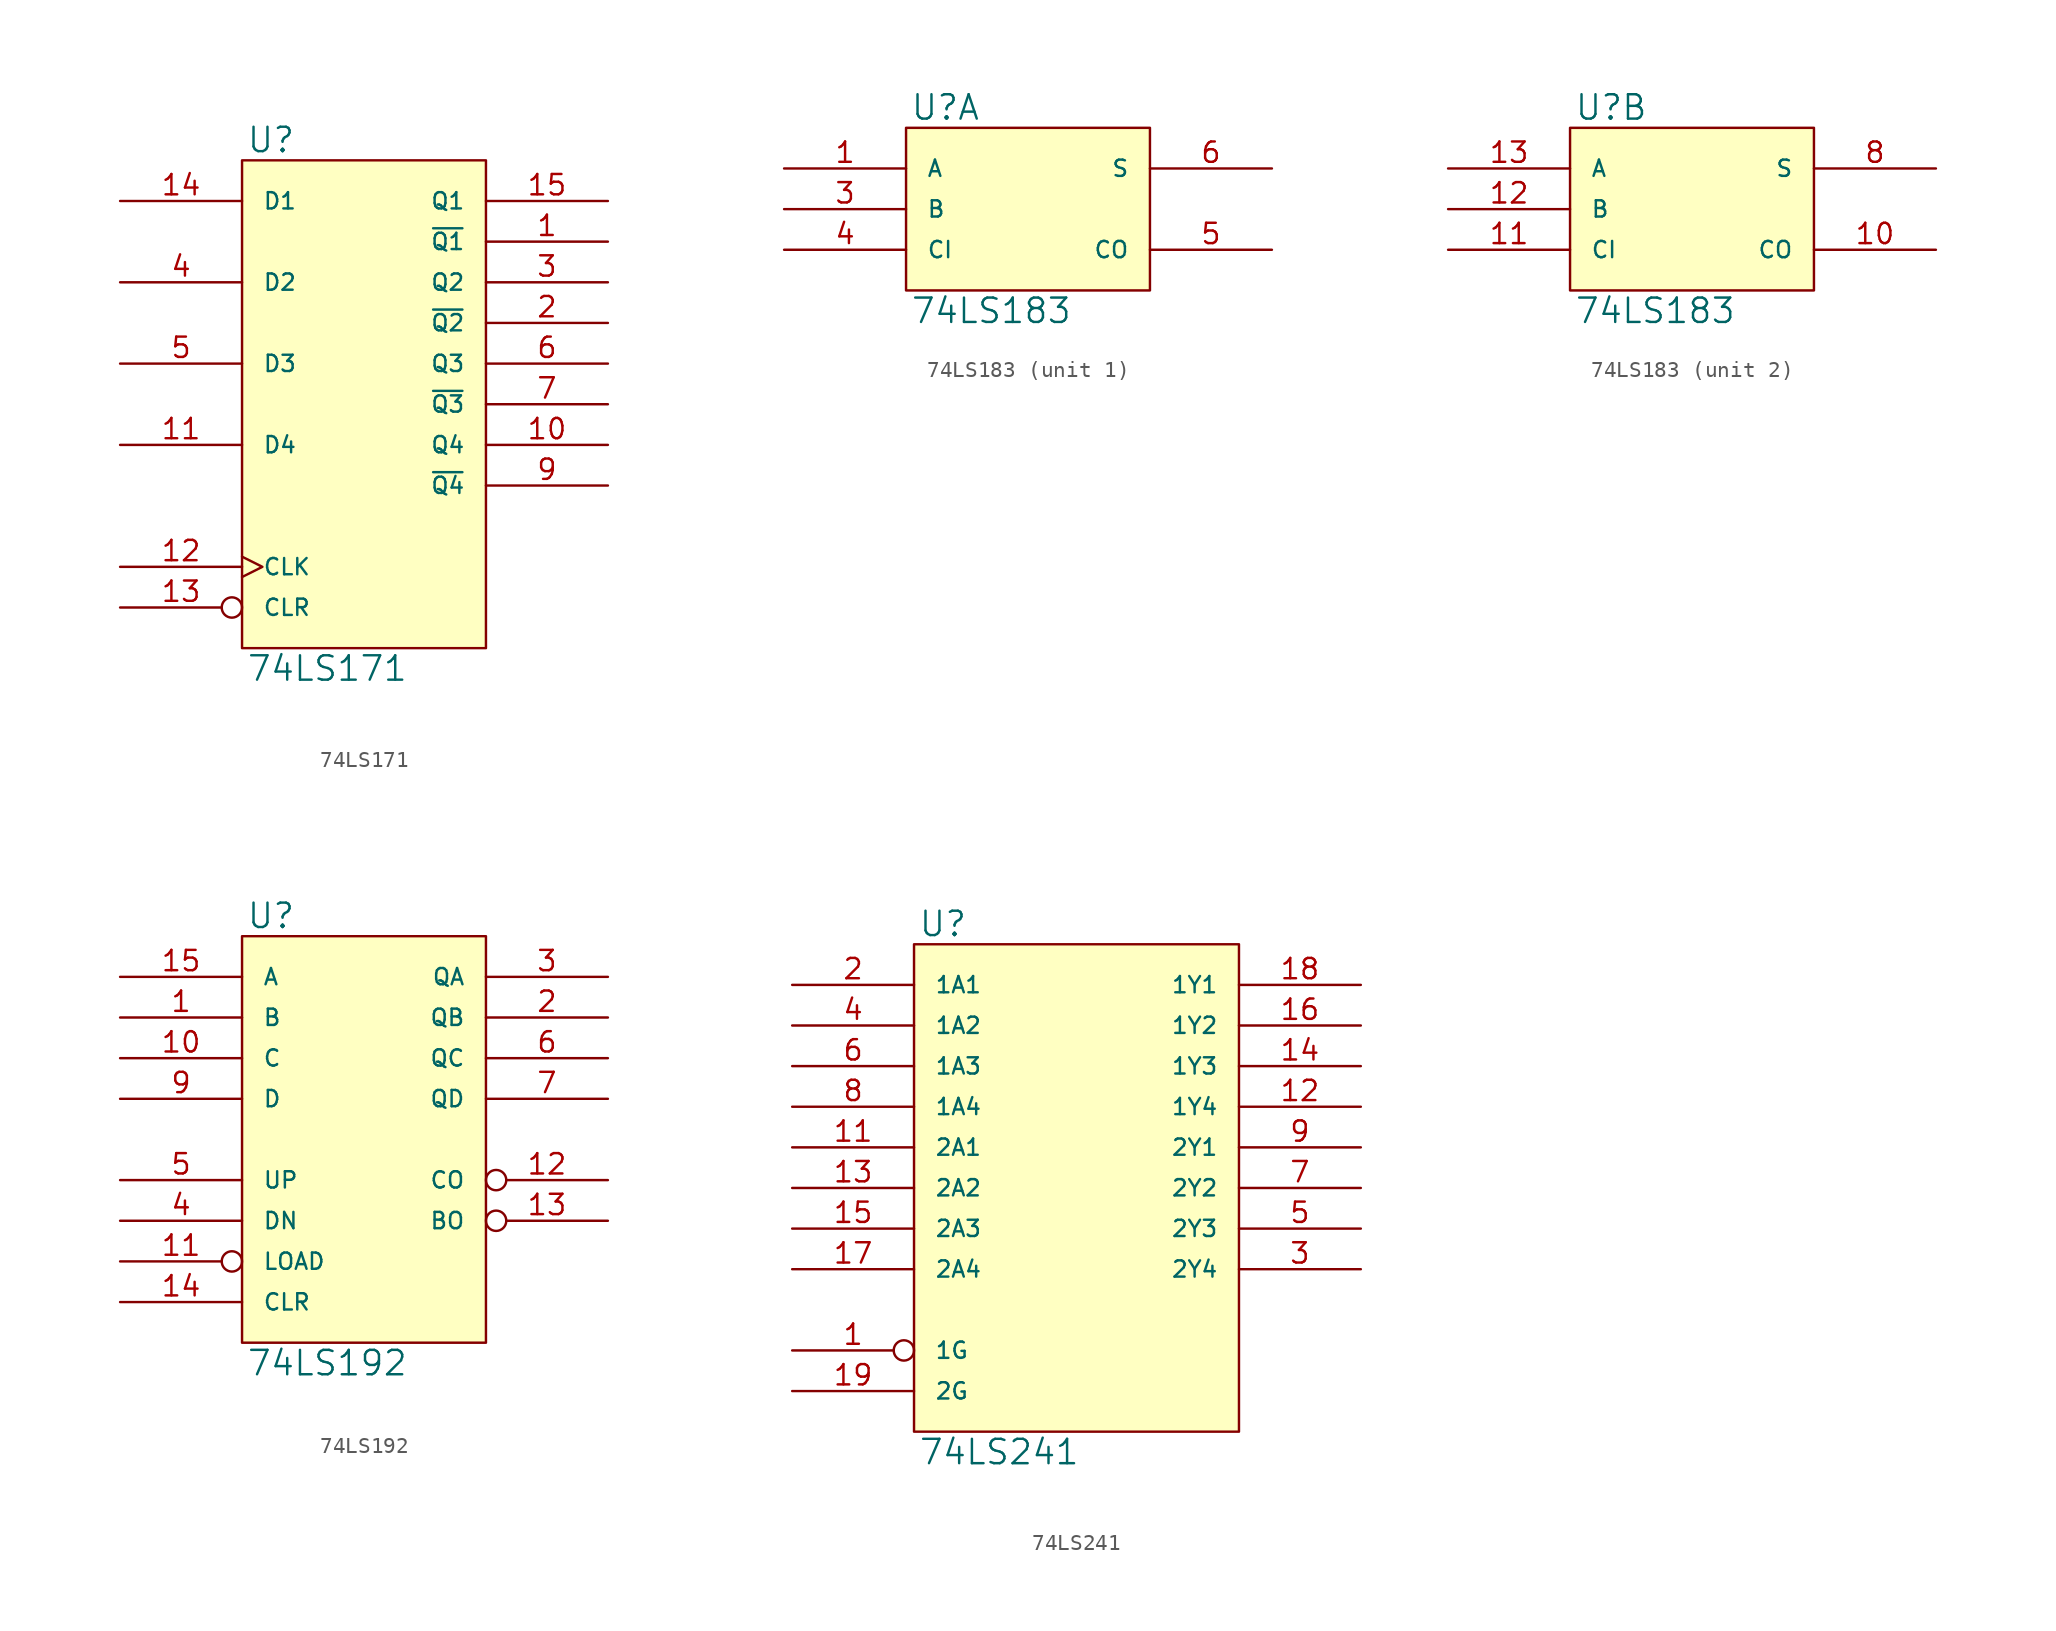
<source format=kicad_sym>
(kicad_symbol_lib
  (version 20231120)
  (generator "kicad_symbol_editor")
  (generator_version "8.0")
  (symbol "74LS171"
    (pin_names
      (offset 1.27))
    (property "Reference" "U"
      (at 0.254 0.381 0)
      (effects (font (size 1.524 1.524)) (justify left bottom)))
    (property "Value" "74LS171"
      (at 0.254 -30.861 0)
      (effects (font (size 1.524 1.524)) (justify left top)))
    (symbol "74LS171_0_1"
      (rectangle (start 0 0) (end 15.24 -30.48) (stroke (width 0) (type solid)) (fill (type background))))
    (symbol "74LS171_1_1"
      (pin output line (at 22.86 -5.08 180) (length 7.62) (name "~{Q1}" (effects (font (size 1.016 1.016)))) (number "1" (effects (font (size 1.27 1.27)))))
      (pin output line (at 22.86 -17.78 180) (length 7.62) (name "Q4" (effects (font (size 1.016 1.016)))) (number "10" (effects (font (size 1.27 1.27)))))
      (pin input line (at -7.62 -17.78 0) (length 7.62) (name "D4" (effects (font (size 1.016 1.016)))) (number "11" (effects (font (size 1.27 1.27)))))
      (pin input clock (at -7.62 -25.4 0) (length 7.62) (name "CLK" (effects (font (size 1.016 1.016)))) (number "12" (effects (font (size 1.27 1.27)))))
      (pin input inverted (at -7.62 -27.94 0) (length 7.62) (name "CLR" (effects (font (size 1.016 1.016)))) (number "13" (effects (font (size 1.27 1.27)))))
      (pin input line (at -7.62 -2.54 0) (length 7.62) (name "D1" (effects (font (size 1.016 1.016)))) (number "14" (effects (font (size 1.27 1.27)))))
      (pin output line (at 22.86 -2.54 180) (length 7.62) (name "Q1" (effects (font (size 1.016 1.016)))) (number "15" (effects (font (size 1.27 1.27)))))
      (pin power_in line (at 0 0 270) (length 0) hide (name "VCC" (effects (font (size 1.016 1.016)))) (number "16" (effects (font (size 1.27 1.27)))))
      (pin output line (at 22.86 -10.16 180) (length 7.62) (name "~{Q2}" (effects (font (size 1.016 1.016)))) (number "2" (effects (font (size 1.27 1.27)))))
      (pin output line (at 22.86 -7.62 180) (length 7.62) (name "Q2" (effects (font (size 1.016 1.016)))) (number "3" (effects (font (size 1.27 1.27)))))
      (pin input line (at -7.62 -7.62 0) (length 7.62) (name "D2" (effects (font (size 1.016 1.016)))) (number "4" (effects (font (size 1.27 1.27)))))
      (pin input line (at -7.62 -12.7 0) (length 7.62) (name "D3" (effects (font (size 1.016 1.016)))) (number "5" (effects (font (size 1.27 1.27)))))
      (pin output line (at 22.86 -12.7 180) (length 7.62) (name "Q3" (effects (font (size 1.016 1.016)))) (number "6" (effects (font (size 1.27 1.27)))))
      (pin output line (at 22.86 -15.24 180) (length 7.62) (name "~{Q3}" (effects (font (size 1.016 1.016)))) (number "7" (effects (font (size 1.27 1.27)))))
      (pin power_in line (at 0 -30.48 90) (length 0) hide (name "GND" (effects (font (size 1.016 1.016)))) (number "8" (effects (font (size 1.27 1.27)))))
      (pin output line (at 22.86 -20.32 180) (length 7.62) (name "~{Q4}" (effects (font (size 1.016 1.016)))) (number "9" (effects (font (size 1.27 1.27)))))))
  (symbol "74LS183"
    (pin_names
      (offset 1.27))
    (property "Reference" "U"
      (at 0.254 0.381 0)
      (effects (font (size 1.524 1.524)) (justify left bottom)))
    (property "Value" "74LS183"
      (at 0.254 -10.541 0)
      (effects (font (size 1.524 1.524)) (justify left top)))
    (symbol "74LS183_0_1"
      (rectangle (start 0 0) (end 15.24 -10.16) (stroke (width 0) (type solid)) (fill (type background))))
    (symbol "74LS183_1_1"
      (pin input line (at -7.62 -2.54 0) (length 7.62) (name "A" (effects (font (size 1.016 1.016)))) (number "1" (effects (font (size 1.27 1.27)))))
      (pin power_in line (at 0 0 270) (length 0) hide (name "VCC" (effects (font (size 1.016 1.016)))) (number "14" (effects (font (size 1.27 1.27)))))
      (pin input line (at -7.62 -5.08 0) (length 7.62) (name "B" (effects (font (size 1.016 1.016)))) (number "3" (effects (font (size 1.27 1.27)))))
      (pin input line (at -7.62 -7.62 0) (length 7.62) (name "CI" (effects (font (size 1.016 1.016)))) (number "4" (effects (font (size 1.27 1.27)))))
      (pin output line (at 22.86 -7.62 180) (length 7.62) (name "CO" (effects (font (size 1.016 1.016)))) (number "5" (effects (font (size 1.27 1.27)))))
      (pin output line (at 22.86 -2.54 180) (length 7.62) (name "S" (effects (font (size 1.016 1.016)))) (number "6" (effects (font (size 1.27 1.27)))))
      (pin power_in line (at 0 -10.16 90) (length 0) hide (name "GND" (effects (font (size 1.016 1.016)))) (number "7" (effects (font (size 1.27 1.27))))))
    (symbol "74LS183_2_1"
      (pin output line (at 22.86 -7.62 180) (length 7.62) (name "CO" (effects (font (size 1.016 1.016)))) (number "10" (effects (font (size 1.27 1.27)))))
      (pin input line (at -7.62 -7.62 0) (length 7.62) (name "CI" (effects (font (size 1.016 1.016)))) (number "11" (effects (font (size 1.27 1.27)))))
      (pin input line (at -7.62 -5.08 0) (length 7.62) (name "B" (effects (font (size 1.016 1.016)))) (number "12" (effects (font (size 1.27 1.27)))))
      (pin input line (at -7.62 -2.54 0) (length 7.62) (name "A" (effects (font (size 1.016 1.016)))) (number "13" (effects (font (size 1.27 1.27)))))
      (pin power_in line (at 0 0 270) (length 0) hide (name "VCC" (effects (font (size 1.016 1.016)))) (number "14" (effects (font (size 1.27 1.27)))))
      (pin power_in line (at 0 -10.16 90) (length 0) hide (name "GND" (effects (font (size 1.016 1.016)))) (number "7" (effects (font (size 1.27 1.27)))))
      (pin output line (at 22.86 -2.54 180) (length 7.62) (name "S" (effects (font (size 1.016 1.016)))) (number "8" (effects (font (size 1.27 1.27)))))))
  (symbol "74LS192"
    (pin_names
      (offset 1.27))
    (property "Reference" "U"
      (at 0.254 0.381 0)
      (effects (font (size 1.524 1.524)) (justify left bottom)))
    (property "Value" "74LS192"
      (at 0.254 -25.781 0)
      (effects (font (size 1.524 1.524)) (justify left top)))
    (symbol "74LS192_0_1"
      (rectangle (start 0 0) (end 15.24 -25.4) (stroke (width 0) (type solid)) (fill (type background))))
    (symbol "74LS192_1_1"
      (pin input line (at -7.62 -5.08 0) (length 7.62) (name "B" (effects (font (size 1.016 1.016)))) (number "1" (effects (font (size 1.27 1.27)))))
      (pin input line (at -7.62 -7.62 0) (length 7.62) (name "C" (effects (font (size 1.016 1.016)))) (number "10" (effects (font (size 1.27 1.27)))))
      (pin input inverted (at -7.62 -20.32 0) (length 7.62) (name "LOAD" (effects (font (size 1.016 1.016)))) (number "11" (effects (font (size 1.27 1.27)))))
      (pin output inverted (at 22.86 -15.24 180) (length 7.62) (name "CO" (effects (font (size 1.016 1.016)))) (number "12" (effects (font (size 1.27 1.27)))))
      (pin output inverted (at 22.86 -17.78 180) (length 7.62) (name "BO" (effects (font (size 1.016 1.016)))) (number "13" (effects (font (size 1.27 1.27)))))
      (pin input line (at -7.62 -22.86 0) (length 7.62) (name "CLR" (effects (font (size 1.016 1.016)))) (number "14" (effects (font (size 1.27 1.27)))))
      (pin input line (at -7.62 -2.54 0) (length 7.62) (name "A" (effects (font (size 1.016 1.016)))) (number "15" (effects (font (size 1.27 1.27)))))
      (pin power_in line (at 0 0 270) (length 0) hide (name "VCC" (effects (font (size 1.016 1.016)))) (number "16" (effects (font (size 1.27 1.27)))))
      (pin output line (at 22.86 -5.08 180) (length 7.62) (name "QB" (effects (font (size 1.016 1.016)))) (number "2" (effects (font (size 1.27 1.27)))))
      (pin output line (at 22.86 -2.54 180) (length 7.62) (name "QA" (effects (font (size 1.016 1.016)))) (number "3" (effects (font (size 1.27 1.27)))))
      (pin input line (at -7.62 -17.78 0) (length 7.62) (name "DN" (effects (font (size 1.016 1.016)))) (number "4" (effects (font (size 1.27 1.27)))))
      (pin input line (at -7.62 -15.24 0) (length 7.62) (name "UP" (effects (font (size 1.016 1.016)))) (number "5" (effects (font (size 1.27 1.27)))))
      (pin output line (at 22.86 -7.62 180) (length 7.62) (name "QC" (effects (font (size 1.016 1.016)))) (number "6" (effects (font (size 1.27 1.27)))))
      (pin output line (at 22.86 -10.16 180) (length 7.62) (name "QD" (effects (font (size 1.016 1.016)))) (number "7" (effects (font (size 1.27 1.27)))))
      (pin power_in line (at 0 -25.4 90) (length 0) hide (name "GND" (effects (font (size 1.016 1.016)))) (number "8" (effects (font (size 1.27 1.27)))))
      (pin input line (at -7.62 -10.16 0) (length 7.62) (name "D" (effects (font (size 1.016 1.016)))) (number "9" (effects (font (size 1.27 1.27)))))))
  (symbol "74LS241"
    (pin_names
      (offset 1.27))
    (property "Reference" "U"
      (at 0.254 0.381 0)
      (effects (font (size 1.524 1.524)) (justify left bottom)))
    (property "Value" "74LS241"
      (at 0.254 -30.861 0)
      (effects (font (size 1.524 1.524)) (justify left top)))
    (symbol "74LS241_0_1"
      (rectangle (start 0 0) (end 20.32 -30.48) (stroke (width 0) (type solid)) (fill (type background))))
    (symbol "74LS241_1_1"
      (pin input inverted (at -7.62 -25.4 0) (length 7.62) (name "1G" (effects (font (size 1.016 1.016)))) (number "1" (effects (font (size 1.27 1.27)))))
      (pin power_in line (at 0 -30.48 90) (length 0) hide (name "GND" (effects (font (size 1.016 1.016)))) (number "10" (effects (font (size 1.27 1.27)))))
      (pin input line (at -7.62 -12.7 0) (length 7.62) (name "2A1" (effects (font (size 1.016 1.016)))) (number "11" (effects (font (size 1.27 1.27)))))
      (pin tri_state line (at 27.94 -10.16 180) (length 7.62) (name "1Y4" (effects (font (size 1.016 1.016)))) (number "12" (effects (font (size 1.27 1.27)))))
      (pin input line (at -7.62 -15.24 0) (length 7.62) (name "2A2" (effects (font (size 1.016 1.016)))) (number "13" (effects (font (size 1.27 1.27)))))
      (pin tri_state line (at 27.94 -7.62 180) (length 7.62) (name "1Y3" (effects (font (size 1.016 1.016)))) (number "14" (effects (font (size 1.27 1.27)))))
      (pin input line (at -7.62 -17.78 0) (length 7.62) (name "2A3" (effects (font (size 1.016 1.016)))) (number "15" (effects (font (size 1.27 1.27)))))
      (pin tri_state line (at 27.94 -5.08 180) (length 7.62) (name "1Y2" (effects (font (size 1.016 1.016)))) (number "16" (effects (font (size 1.27 1.27)))))
      (pin input line (at -7.62 -20.32 0) (length 7.62) (name "2A4" (effects (font (size 1.016 1.016)))) (number "17" (effects (font (size 1.27 1.27)))))
      (pin tri_state line (at 27.94 -2.54 180) (length 7.62) (name "1Y1" (effects (font (size 1.016 1.016)))) (number "18" (effects (font (size 1.27 1.27)))))
      (pin input line (at -7.62 -27.94 0) (length 7.62) (name "2G" (effects (font (size 1.016 1.016)))) (number "19" (effects (font (size 1.27 1.27)))))
      (pin input line (at -7.62 -2.54 0) (length 7.62) (name "1A1" (effects (font (size 1.016 1.016)))) (number "2" (effects (font (size 1.27 1.27)))))
      (pin power_in line (at 0 0 270) (length 0) hide (name "VCC" (effects (font (size 1.016 1.016)))) (number "20" (effects (font (size 1.27 1.27)))))
      (pin tri_state line (at 27.94 -20.32 180) (length 7.62) (name "2Y4" (effects (font (size 1.016 1.016)))) (number "3" (effects (font (size 1.27 1.27)))))
      (pin input line (at -7.62 -5.08 0) (length 7.62) (name "1A2" (effects (font (size 1.016 1.016)))) (number "4" (effects (font (size 1.27 1.27)))))
      (pin tri_state line (at 27.94 -17.78 180) (length 7.62) (name "2Y3" (effects (font (size 1.016 1.016)))) (number "5" (effects (font (size 1.27 1.27)))))
      (pin input line (at -7.62 -7.62 0) (length 7.62) (name "1A3" (effects (font (size 1.016 1.016)))) (number "6" (effects (font (size 1.27 1.27)))))
      (pin tri_state line (at 27.94 -15.24 180) (length 7.62) (name "2Y2" (effects (font (size 1.016 1.016)))) (number "7" (effects (font (size 1.27 1.27)))))
      (pin input line (at -7.62 -10.16 0) (length 7.62) (name "1A4" (effects (font (size 1.016 1.016)))) (number "8" (effects (font (size 1.27 1.27)))))
      (pin tri_state line (at 27.94 -12.7 180) (length 7.62) (name "2Y1" (effects (font (size 1.016 1.016)))) (number "9" (effects (font (size 1.27 1.27))))))))
</source>
